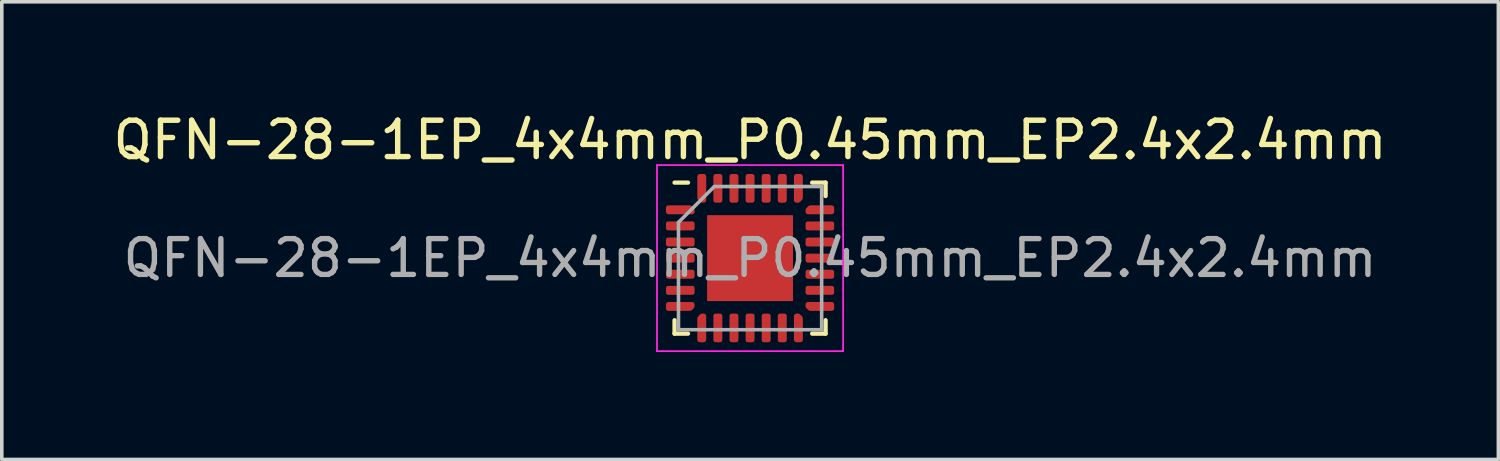
<source format=kicad_pcb>
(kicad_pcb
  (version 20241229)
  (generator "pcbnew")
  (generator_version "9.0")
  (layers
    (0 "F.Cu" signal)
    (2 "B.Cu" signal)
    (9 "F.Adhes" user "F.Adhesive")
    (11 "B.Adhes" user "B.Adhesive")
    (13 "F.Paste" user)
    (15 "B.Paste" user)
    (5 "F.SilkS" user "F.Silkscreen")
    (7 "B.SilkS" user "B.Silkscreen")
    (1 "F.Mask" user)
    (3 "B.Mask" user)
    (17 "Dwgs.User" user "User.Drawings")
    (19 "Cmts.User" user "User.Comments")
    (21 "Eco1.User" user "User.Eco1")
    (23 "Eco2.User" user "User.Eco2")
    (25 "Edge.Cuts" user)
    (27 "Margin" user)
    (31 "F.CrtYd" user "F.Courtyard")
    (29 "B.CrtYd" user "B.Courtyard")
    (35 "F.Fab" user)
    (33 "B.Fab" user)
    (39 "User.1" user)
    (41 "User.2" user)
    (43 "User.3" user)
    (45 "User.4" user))
  (footprint "QFN-28-1EP_4x4mm_P0.45mm_EP2.4x2.4mm"
    (layer "F.Cu")
    (at 17.907 4.162)
    (property "Reference" "QFN-28-1EP_4x4mm_P0.45mm_EP2.4x2.4mm" (at 0 -3.3 180) (layer "F.SilkS") (effects (font (size 1.016 1.016) (thickness 0.152))))
    (attr smd)
    (fp_line (start -2.11 2.11) (end -2.11 1.735) (stroke (width 0.12) (type solid)) (layer "F.SilkS"))
    (fp_line (start -1.735 -2.11) (end -2.11 -2.11) (stroke (width 0.12) (type solid)) (layer "F.SilkS"))
    (fp_line (start -1.735 2.11) (end -2.11 2.11) (stroke (width 0.12) (type solid)) (layer "F.SilkS"))
    (fp_line (start 1.735 -2.11) (end 2.11 -2.11) (stroke (width 0.12) (type solid)) (layer "F.SilkS"))
    (fp_line (start 1.735 2.11) (end 2.11 2.11) (stroke (width 0.12) (type solid)) (layer "F.SilkS"))
    (fp_line (start 2.11 -2.11) (end 2.11 -1.735) (stroke (width 0.12) (type solid)) (layer "F.SilkS"))
    (fp_line (start 2.11 2.11) (end 2.11 1.735) (stroke (width 0.12) (type solid)) (layer "F.SilkS"))
    (fp_line (start -2.6 -2.6) (end -2.6 2.6) (stroke (width 0.05) (type solid)) (layer "F.CrtYd"))
    (fp_line (start -2.6 2.6) (end 2.6 2.6) (stroke (width 0.05) (type solid)) (layer "F.CrtYd"))
    (fp_line (start 2.6 -2.6) (end -2.6 -2.6) (stroke (width 0.05) (type solid)) (layer "F.CrtYd"))
    (fp_line (start 2.6 2.6) (end 2.6 -2.6) (stroke (width 0.05) (type solid)) (layer "F.CrtYd"))
    (fp_line (start -2 -1) (end -1 -2) (stroke (width 0.1) (type solid)) (layer "F.Fab"))
    (fp_line (start -2 2) (end -2 -1) (stroke (width 0.1) (type solid)) (layer "F.Fab"))
    (fp_line (start -1 -2) (end 2 -2) (stroke (width 0.1) (type solid)) (layer "F.Fab"))
    (fp_line (start 2 -2) (end 2 2) (stroke (width 0.1) (type solid)) (layer "F.Fab"))
    (fp_line (start 2 2) (end -2 2) (stroke (width 0.1) (type solid)) (layer "F.Fab"))
    (fp_text user "${REFERENCE}" (at 0 0 180) (layer "F.Fab") (effects (font (size 1 1) (thickness 0.15))))
    (pad "" smd roundrect (at -0.6 -0.6) (size 0.97 0.97) (layers "F.Paste") (roundrect_rratio 0.25))
    (pad "" smd roundrect (at -0.6 0.6) (size 0.97 0.97) (layers "F.Paste") (roundrect_rratio 0.25))
    (pad "" smd roundrect (at 0.6 -0.6) (size 0.97 0.97) (layers "F.Paste") (roundrect_rratio 0.25))
    (pad "" smd roundrect (at 0.6 0.6) (size 0.97 0.97) (layers "F.Paste") (roundrect_rratio 0.25))
    (pad "1" smd custom (at -1.95 -1.35) (size 0.179 0.179) (layers "F.Cu" "F.Mask" "F.Paste") (options (anchor circle)) (primitives (gr_poly (pts (xy 0.338 0.001) (xy 0.338 0.062) (xy -0.338 0.062) (xy -0.338 -0.062) (xy 0.274 -0.062)) (width 0.125) (fill yes))))
    (pad "2" smd roundrect (at -1.95 -0.9) (size 0.8 0.25) (layers "F.Cu" "F.Mask" "F.Paste") (roundrect_rratio 0.25))
    (pad "3" smd roundrect (at -1.95 -0.45) (size 0.8 0.25) (layers "F.Cu" "F.Mask" "F.Paste") (roundrect_rratio 0.25))
    (pad "4" smd roundrect (at -1.95 0) (size 0.8 0.25) (layers "F.Cu" "F.Mask" "F.Paste") (roundrect_rratio 0.25))
    (pad "5" smd roundrect (at -1.95 0.45) (size 0.8 0.25) (layers "F.Cu" "F.Mask" "F.Paste") (roundrect_rratio 0.25))
    (pad "6" smd roundrect (at -1.95 0.9) (size 0.8 0.25) (layers "F.Cu" "F.Mask" "F.Paste") (roundrect_rratio 0.25))
    (pad "7" smd custom (at -1.95 1.35) (size 0.179 0.179) (layers "F.Cu" "F.Mask" "F.Paste") (options (anchor circle)) (primitives (gr_poly (pts (xy 0.338 -0.001) (xy 0.274 0.062) (xy -0.338 0.062) (xy -0.338 -0.062) (xy 0.338 -0.062)) (width 0.125) (fill yes))))
    (pad "8" smd custom (at -1.35 1.95) (size 0.179 0.179) (layers "F.Cu" "F.Mask" "F.Paste") (options (anchor circle)) (primitives (gr_poly (pts (xy 0.062 0.338) (xy -0.062 0.338) (xy -0.062 -0.274) (xy 0.001 -0.338) (xy 0.062 -0.338)) (width 0.125) (fill yes))))
    (pad "9" smd roundrect (at -0.9 1.95) (size 0.25 0.8) (layers "F.Cu" "F.Mask" "F.Paste") (roundrect_rratio 0.25))
    (pad "10" smd roundrect (at -0.45 1.95) (size 0.25 0.8) (layers "F.Cu" "F.Mask" "F.Paste") (roundrect_rratio 0.25))
    (pad "11" smd roundrect (at 0 1.95) (size 0.25 0.8) (layers "F.Cu" "F.Mask" "F.Paste") (roundrect_rratio 0.25))
    (pad "12" smd roundrect (at 0.45 1.95) (size 0.25 0.8) (layers "F.Cu" "F.Mask" "F.Paste") (roundrect_rratio 0.25))
    (pad "13" smd roundrect (at 0.9 1.95) (size 0.25 0.8) (layers "F.Cu" "F.Mask" "F.Paste") (roundrect_rratio 0.25))
    (pad "14" smd custom (at 1.35 1.95) (size 0.179 0.179) (layers "F.Cu" "F.Mask" "F.Paste") (options (anchor circle)) (primitives (gr_poly (pts (xy 0.062 -0.274) (xy 0.062 0.338) (xy -0.062 0.338) (xy -0.062 -0.338) (xy -0.001 -0.338)) (width 0.125) (fill yes))))
    (pad "15" smd custom (at 1.95 1.35) (size 0.179 0.179) (layers "F.Cu" "F.Mask" "F.Paste") (options (anchor circle)) (primitives (gr_poly (pts (xy 0.338 0.062) (xy -0.274 0.062) (xy -0.338 -0.001) (xy -0.338 -0.062) (xy 0.338 -0.062)) (width 0.125) (fill yes))))
    (pad "16" smd roundrect (at 1.95 0.9) (size 0.8 0.25) (layers "F.Cu" "F.Mask" "F.Paste") (roundrect_rratio 0.25))
    (pad "17" smd roundrect (at 1.95 0.45) (size 0.8 0.25) (layers "F.Cu" "F.Mask" "F.Paste") (roundrect_rratio 0.25))
    (pad "18" smd roundrect (at 1.95 0) (size 0.8 0.25) (layers "F.Cu" "F.Mask" "F.Paste") (roundrect_rratio 0.25))
    (pad "19" smd roundrect (at 1.95 -0.45) (size 0.8 0.25) (layers "F.Cu" "F.Mask" "F.Paste") (roundrect_rratio 0.25))
    (pad "20" smd roundrect (at 1.95 -0.9) (size 0.8 0.25) (layers "F.Cu" "F.Mask" "F.Paste") (roundrect_rratio 0.25))
    (pad "21" smd custom (at 1.95 -1.35) (size 0.179 0.179) (layers "F.Cu" "F.Mask" "F.Paste") (options (anchor circle)) (primitives (gr_poly (pts (xy 0.338 0.062) (xy -0.338 0.062) (xy -0.338 0.001) (xy -0.274 -0.062) (xy 0.338 -0.062)) (width 0.125) (fill yes))))
    (pad "22" smd custom (at 1.35 -1.95) (size 0.179 0.179) (layers "F.Cu" "F.Mask" "F.Paste") (options (anchor circle)) (primitives (gr_poly (pts (xy 0.062 0.274) (xy -0.001 0.338) (xy -0.062 0.338) (xy -0.062 -0.338) (xy 0.062 -0.338)) (width 0.125) (fill yes))))
    (pad "23" smd roundrect (at 0.9 -1.95) (size 0.25 0.8) (layers "F.Cu" "F.Mask" "F.Paste") (roundrect_rratio 0.25))
    (pad "24" smd roundrect (at 0.45 -1.95) (size 0.25 0.8) (layers "F.Cu" "F.Mask" "F.Paste") (roundrect_rratio 0.25))
    (pad "25" smd roundrect (at 0 -1.95) (size 0.25 0.8) (layers "F.Cu" "F.Mask" "F.Paste") (roundrect_rratio 0.25))
    (pad "26" smd roundrect (at -0.45 -1.95) (size 0.25 0.8) (layers "F.Cu" "F.Mask" "F.Paste") (roundrect_rratio 0.25))
    (pad "27" smd roundrect (at -0.9 -1.95) (size 0.25 0.8) (layers "F.Cu" "F.Mask" "F.Paste") (roundrect_rratio 0.25))
    (pad "28" smd custom (at -1.35 -1.95) (size 0.179 0.179) (layers "F.Cu" "F.Mask" "F.Paste") (options (anchor circle)) (primitives (gr_poly (pts (xy 0.062 0.338) (xy 0.001 0.338) (xy -0.062 0.274) (xy -0.062 -0.338) (xy 0.062 -0.338)) (width 0.125) (fill yes))))
    (pad "29" smd rect (at 0 0) (size 2.4 2.4) (layers "F.Cu" "F.Mask")))
  (gr_rect
    (start -3 -3)
    (end 38.814 9.787)
    (stroke (width 0.1) (type default))
    (fill no)
    (layer "Edge.Cuts")))
</source>
